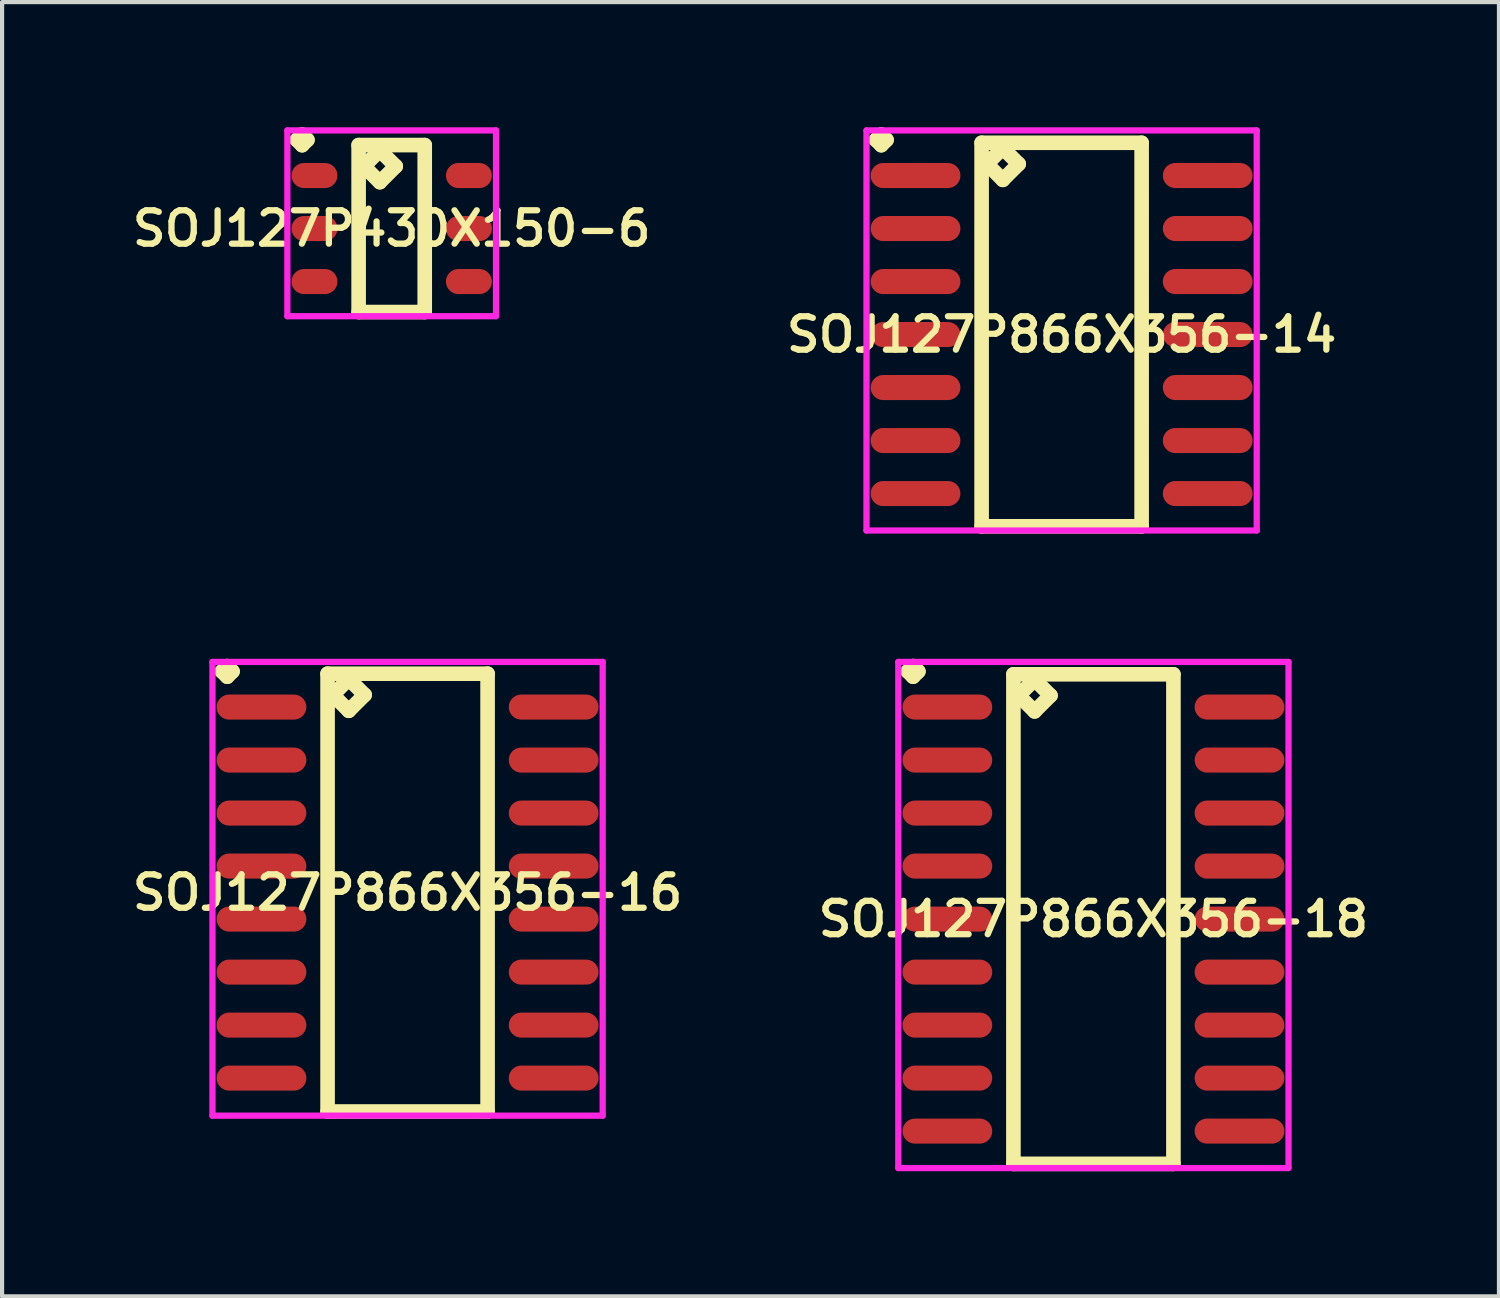
<source format=kicad_pcb>
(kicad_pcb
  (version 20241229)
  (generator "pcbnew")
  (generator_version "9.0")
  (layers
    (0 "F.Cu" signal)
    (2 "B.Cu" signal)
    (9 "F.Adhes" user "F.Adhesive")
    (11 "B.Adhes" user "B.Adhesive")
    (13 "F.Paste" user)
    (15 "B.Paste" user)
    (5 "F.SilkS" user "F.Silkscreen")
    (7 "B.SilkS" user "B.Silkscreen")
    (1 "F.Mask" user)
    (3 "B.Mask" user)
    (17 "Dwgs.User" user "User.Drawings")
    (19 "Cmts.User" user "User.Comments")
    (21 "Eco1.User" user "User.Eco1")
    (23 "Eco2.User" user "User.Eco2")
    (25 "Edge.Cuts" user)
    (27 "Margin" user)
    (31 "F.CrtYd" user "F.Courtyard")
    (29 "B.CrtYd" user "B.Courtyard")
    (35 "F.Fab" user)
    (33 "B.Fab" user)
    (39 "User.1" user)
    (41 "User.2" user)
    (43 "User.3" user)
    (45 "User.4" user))
  (footprint "SOJ127P866X356-16"
    (layer "F.Cu")
    (at 6.716 18.337)
    (property "Reference" "SOJ127P866X356-16" (at 0 0 0) (layer "F.SilkS") (effects (font (size 0.8 0.8) (thickness 0.15))))
    (attr through_hole)
    (fp_line (start -4.448 -5.299) (end -4.321 -5.426) (stroke (width 0.35) (type solid)) (layer "F.SilkS"))
    (fp_line (start -4.321 -5.426) (end -4.194 -5.299) (stroke (width 0.35) (type solid)) (layer "F.SilkS"))
    (fp_line (start -4.321 -5.172) (end -4.448 -5.299) (stroke (width 0.35) (type solid)) (layer "F.SilkS"))
    (fp_line (start -4.194 -5.299) (end -4.321 -5.172) (stroke (width 0.35) (type solid)) (layer "F.SilkS"))
    (fp_line (start -1.917 -5.245) (end -1.917 5.245) (stroke (width 0.35) (type solid)) (layer "F.SilkS"))
    (fp_line (start -1.917 5.245) (end 1.917 5.245) (stroke (width 0.35) (type solid)) (layer "F.SilkS"))
    (fp_line (start -1.79 -4.737) (end -1.409 -5.118) (stroke (width 0.35) (type solid)) (layer "F.SilkS"))
    (fp_line (start -1.409 -5.118) (end -1.028 -4.737) (stroke (width 0.35) (type solid)) (layer "F.SilkS"))
    (fp_line (start -1.409 -4.356) (end -1.79 -4.737) (stroke (width 0.35) (type solid)) (layer "F.SilkS"))
    (fp_line (start -1.028 -4.737) (end -1.409 -4.356) (stroke (width 0.35) (type solid)) (layer "F.SilkS"))
    (fp_line (start 1.917 -5.245) (end -1.917 -5.245) (stroke (width 0.35) (type solid)) (layer "F.SilkS"))
    (fp_line (start 1.917 5.245) (end 1.917 -5.245) (stroke (width 0.35) (type solid)) (layer "F.SilkS"))
    (fp_line (start -4.675 -5.526) (end 4.675 -5.526) (stroke (width 0.15) (type solid)) (layer "F.CrtYd"))
    (fp_line (start -4.675 5.345) (end -4.675 -5.526) (stroke (width 0.15) (type solid)) (layer "F.CrtYd"))
    (fp_line (start 4.675 -5.526) (end 4.675 5.345) (stroke (width 0.15) (type solid)) (layer "F.CrtYd"))
    (fp_line (start 4.675 5.345) (end -4.675 5.345) (stroke (width 0.15) (type solid)) (layer "F.CrtYd"))
    (pad "1" smd oval (at -3.5 -4.445) (size 2.15 0.6) (layers "F.Cu" "F.Mask" "F.Paste"))
    (pad "2" smd oval (at -3.5 -3.175) (size 2.15 0.6) (layers "F.Cu" "F.Mask" "F.Paste"))
    (pad "3" smd oval (at -3.5 -1.905) (size 2.15 0.6) (layers "F.Cu" "F.Mask" "F.Paste"))
    (pad "4" smd oval (at -3.5 -0.635) (size 2.15 0.6) (layers "F.Cu" "F.Mask" "F.Paste"))
    (pad "5" smd oval (at -3.5 0.635) (size 2.15 0.6) (layers "F.Cu" "F.Mask" "F.Paste"))
    (pad "6" smd oval (at -3.5 1.905) (size 2.15 0.6) (layers "F.Cu" "F.Mask" "F.Paste"))
    (pad "7" smd oval (at -3.5 3.175) (size 2.15 0.6) (layers "F.Cu" "F.Mask" "F.Paste"))
    (pad "8" smd oval (at -3.5 4.445) (size 2.15 0.6) (layers "F.Cu" "F.Mask" "F.Paste"))
    (pad "9" smd oval (at 3.5 4.445) (size 2.15 0.6) (layers "F.Cu" "F.Mask" "F.Paste"))
    (pad "10" smd oval (at 3.5 3.175) (size 2.15 0.6) (layers "F.Cu" "F.Mask" "F.Paste"))
    (pad "11" smd oval (at 3.5 1.905) (size 2.15 0.6) (layers "F.Cu" "F.Mask" "F.Paste"))
    (pad "12" smd oval (at 3.5 0.635) (size 2.15 0.6) (layers "F.Cu" "F.Mask" "F.Paste"))
    (pad "13" smd oval (at 3.5 -0.635) (size 2.15 0.6) (layers "F.Cu" "F.Mask" "F.Paste"))
    (pad "14" smd oval (at 3.5 -1.905) (size 2.15 0.6) (layers "F.Cu" "F.Mask" "F.Paste"))
    (pad "15" smd oval (at 3.5 -3.175) (size 2.15 0.6) (layers "F.Cu" "F.Mask" "F.Paste"))
    (pad "16" smd oval (at 3.5 -4.445) (size 2.15 0.6) (layers "F.Cu" "F.Mask" "F.Paste")))
  (footprint "SOJ127P866X356-14"
    (layer "F.Cu")
    (at 22.387 4.966)
    (property "Reference" "SOJ127P866X356-14" (at 0 0 0) (layer "F.SilkS") (effects (font (size 0.8 0.8) (thickness 0.15))))
    (attr smd)
    (fp_line (start -4.448 -4.664) (end -4.321 -4.791) (stroke (width 0.35) (type solid)) (layer "F.SilkS"))
    (fp_line (start -4.321 -4.791) (end -4.194 -4.664) (stroke (width 0.35) (type solid)) (layer "F.SilkS"))
    (fp_line (start -4.321 -4.537) (end -4.448 -4.664) (stroke (width 0.35) (type solid)) (layer "F.SilkS"))
    (fp_line (start -4.194 -4.664) (end -4.321 -4.537) (stroke (width 0.35) (type solid)) (layer "F.SilkS"))
    (fp_line (start -1.917 -4.595) (end -1.917 4.595) (stroke (width 0.35) (type solid)) (layer "F.SilkS"))
    (fp_line (start -1.917 4.595) (end 1.917 4.595) (stroke (width 0.35) (type solid)) (layer "F.SilkS"))
    (fp_line (start -1.79 -4.087) (end -1.409 -4.468) (stroke (width 0.35) (type solid)) (layer "F.SilkS"))
    (fp_line (start -1.409 -4.468) (end -1.028 -4.087) (stroke (width 0.35) (type solid)) (layer "F.SilkS"))
    (fp_line (start -1.409 -3.706) (end -1.79 -4.087) (stroke (width 0.35) (type solid)) (layer "F.SilkS"))
    (fp_line (start -1.028 -4.087) (end -1.409 -3.706) (stroke (width 0.35) (type solid)) (layer "F.SilkS"))
    (fp_line (start 1.917 -4.595) (end -1.917 -4.595) (stroke (width 0.35) (type solid)) (layer "F.SilkS"))
    (fp_line (start 1.917 4.595) (end 1.917 -4.595) (stroke (width 0.35) (type solid)) (layer "F.SilkS"))
    (fp_line (start -4.675 -4.891) (end 4.675 -4.891) (stroke (width 0.15) (type solid)) (layer "F.CrtYd"))
    (fp_line (start -4.675 4.695) (end -4.675 -4.891) (stroke (width 0.15) (type solid)) (layer "F.CrtYd"))
    (fp_line (start 4.675 -4.891) (end 4.675 4.695) (stroke (width 0.15) (type solid)) (layer "F.CrtYd"))
    (fp_line (start 4.675 4.695) (end -4.675 4.695) (stroke (width 0.15) (type solid)) (layer "F.CrtYd"))
    (pad "1" smd oval (at -3.5 -3.81) (size 2.15 0.6) (layers "F.Cu" "F.Mask" "F.Paste"))
    (pad "2" smd oval (at -3.5 -2.54) (size 2.15 0.6) (layers "F.Cu" "F.Mask" "F.Paste"))
    (pad "3" smd oval (at -3.5 -1.27) (size 2.15 0.6) (layers "F.Cu" "F.Mask" "F.Paste"))
    (pad "4" smd oval (at -3.5 0) (size 2.15 0.6) (layers "F.Cu" "F.Mask" "F.Paste"))
    (pad "5" smd oval (at -3.5 1.27) (size 2.15 0.6) (layers "F.Cu" "F.Mask" "F.Paste"))
    (pad "6" smd oval (at -3.5 2.54) (size 2.15 0.6) (layers "F.Cu" "F.Mask" "F.Paste"))
    (pad "7" smd oval (at -3.5 3.81) (size 2.15 0.6) (layers "F.Cu" "F.Mask" "F.Paste"))
    (pad "8" smd oval (at 3.5 3.81) (size 2.15 0.6) (layers "F.Cu" "F.Mask" "F.Paste"))
    (pad "9" smd oval (at 3.5 2.54) (size 2.15 0.6) (layers "F.Cu" "F.Mask" "F.Paste"))
    (pad "10" smd oval (at 3.5 1.27) (size 2.15 0.6) (layers "F.Cu" "F.Mask" "F.Paste"))
    (pad "11" smd oval (at 3.5 0) (size 2.15 0.6) (layers "F.Cu" "F.Mask" "F.Paste"))
    (pad "12" smd oval (at 3.5 -1.27) (size 2.15 0.6) (layers "F.Cu" "F.Mask" "F.Paste"))
    (pad "13" smd oval (at 3.5 -2.54) (size 2.15 0.6) (layers "F.Cu" "F.Mask" "F.Paste"))
    (pad "14" smd oval (at 3.5 -3.81) (size 2.15 0.6) (layers "F.Cu" "F.Mask" "F.Paste")))
  (footprint "SOJ127P866X356-18"
    (layer "F.Cu")
    (at 23.149 18.972)
    (property "Reference" "SOJ127P866X356-18" (at 0 0 0) (layer "F.SilkS") (effects (font (size 0.8 0.8) (thickness 0.15))))
    (attr through_hole)
    (fp_line (start -4.448 -5.934) (end -4.321 -6.061) (stroke (width 0.35) (type solid)) (layer "F.SilkS"))
    (fp_line (start -4.321 -6.061) (end -4.194 -5.934) (stroke (width 0.35) (type solid)) (layer "F.SilkS"))
    (fp_line (start -4.321 -5.807) (end -4.448 -5.934) (stroke (width 0.35) (type solid)) (layer "F.SilkS"))
    (fp_line (start -4.194 -5.934) (end -4.321 -5.807) (stroke (width 0.35) (type solid)) (layer "F.SilkS"))
    (fp_line (start -1.917 -5.865) (end -1.917 5.865) (stroke (width 0.35) (type solid)) (layer "F.SilkS"))
    (fp_line (start -1.917 5.865) (end 1.917 5.865) (stroke (width 0.35) (type solid)) (layer "F.SilkS"))
    (fp_line (start -1.79 -5.357) (end -1.409 -5.738) (stroke (width 0.35) (type solid)) (layer "F.SilkS"))
    (fp_line (start -1.409 -5.738) (end -1.028 -5.357) (stroke (width 0.35) (type solid)) (layer "F.SilkS"))
    (fp_line (start -1.409 -4.976) (end -1.79 -5.357) (stroke (width 0.35) (type solid)) (layer "F.SilkS"))
    (fp_line (start -1.028 -5.357) (end -1.409 -4.976) (stroke (width 0.35) (type solid)) (layer "F.SilkS"))
    (fp_line (start 1.917 -5.865) (end -1.917 -5.865) (stroke (width 0.35) (type solid)) (layer "F.SilkS"))
    (fp_line (start 1.917 5.865) (end 1.917 -5.865) (stroke (width 0.35) (type solid)) (layer "F.SilkS"))
    (fp_line (start -4.675 -6.161) (end 4.675 -6.161) (stroke (width 0.15) (type solid)) (layer "F.CrtYd"))
    (fp_line (start -4.675 5.965) (end -4.675 -6.161) (stroke (width 0.15) (type solid)) (layer "F.CrtYd"))
    (fp_line (start 4.675 -6.161) (end 4.675 5.965) (stroke (width 0.15) (type solid)) (layer "F.CrtYd"))
    (fp_line (start 4.675 5.965) (end -4.675 5.965) (stroke (width 0.15) (type solid)) (layer "F.CrtYd"))
    (pad "1" smd oval (at -3.5 -5.08) (size 2.15 0.6) (layers "F.Cu" "F.Mask" "F.Paste"))
    (pad "2" smd oval (at -3.5 -3.81) (size 2.15 0.6) (layers "F.Cu" "F.Mask" "F.Paste"))
    (pad "3" smd oval (at -3.5 -2.54) (size 2.15 0.6) (layers "F.Cu" "F.Mask" "F.Paste"))
    (pad "4" smd oval (at -3.5 -1.27) (size 2.15 0.6) (layers "F.Cu" "F.Mask" "F.Paste"))
    (pad "5" smd oval (at -3.5 0) (size 2.15 0.6) (layers "F.Cu" "F.Mask" "F.Paste"))
    (pad "6" smd oval (at -3.5 1.27) (size 2.15 0.6) (layers "F.Cu" "F.Mask" "F.Paste"))
    (pad "7" smd oval (at -3.5 2.54) (size 2.15 0.6) (layers "F.Cu" "F.Mask" "F.Paste"))
    (pad "8" smd oval (at -3.5 3.81) (size 2.15 0.6) (layers "F.Cu" "F.Mask" "F.Paste"))
    (pad "9" smd oval (at -3.5 5.08) (size 2.15 0.6) (layers "F.Cu" "F.Mask" "F.Paste"))
    (pad "10" smd oval (at 3.5 5.08) (size 2.15 0.6) (layers "F.Cu" "F.Mask" "F.Paste"))
    (pad "11" smd oval (at 3.5 3.81) (size 2.15 0.6) (layers "F.Cu" "F.Mask" "F.Paste"))
    (pad "12" smd oval (at 3.5 2.54) (size 2.15 0.6) (layers "F.Cu" "F.Mask" "F.Paste"))
    (pad "13" smd oval (at 3.5 1.27) (size 2.15 0.6) (layers "F.Cu" "F.Mask" "F.Paste"))
    (pad "14" smd oval (at 3.5 0) (size 2.15 0.6) (layers "F.Cu" "F.Mask" "F.Paste"))
    (pad "15" smd oval (at 3.5 -1.27) (size 2.15 0.6) (layers "F.Cu" "F.Mask" "F.Paste"))
    (pad "16" smd oval (at 3.5 -2.54) (size 2.15 0.6) (layers "F.Cu" "F.Mask" "F.Paste"))
    (pad "17" smd oval (at 3.5 -3.81) (size 2.15 0.6) (layers "F.Cu" "F.Mask" "F.Paste"))
    (pad "18" smd oval (at 3.5 -5.08) (size 2.15 0.6) (layers "F.Cu" "F.Mask" "F.Paste")))
  (footprint "SOJ127P430X150-6"
    (layer "F.Cu")
    (at 6.335 2.426)
    (property "Reference" "SOJ127P430X150-6" (at 0 0 0) (layer "F.SilkS") (effects (font (size 0.8 0.8) (thickness 0.15))))
    (attr smd)
    (fp_line (start -2.273 -2.124) (end -2.146 -2.251) (stroke (width 0.35) (type solid)) (layer "F.SilkS"))
    (fp_line (start -2.146 -2.251) (end -2.019 -2.124) (stroke (width 0.35) (type solid)) (layer "F.SilkS"))
    (fp_line (start -2.146 -1.997) (end -2.273 -2.124) (stroke (width 0.35) (type solid)) (layer "F.SilkS"))
    (fp_line (start -2.019 -2.124) (end -2.146 -1.997) (stroke (width 0.35) (type solid)) (layer "F.SilkS"))
    (fp_line (start -0.792 -2) (end -0.792 2) (stroke (width 0.35) (type solid)) (layer "F.SilkS"))
    (fp_line (start -0.792 2) (end 0.792 2) (stroke (width 0.35) (type solid)) (layer "F.SilkS"))
    (fp_line (start -0.665 -1.492) (end -0.284 -1.873) (stroke (width 0.35) (type solid)) (layer "F.SilkS"))
    (fp_line (start -0.284 -1.873) (end 0.097 -1.492) (stroke (width 0.35) (type solid)) (layer "F.SilkS"))
    (fp_line (start -0.284 -1.111) (end -0.665 -1.492) (stroke (width 0.35) (type solid)) (layer "F.SilkS"))
    (fp_line (start 0.097 -1.492) (end -0.284 -1.111) (stroke (width 0.35) (type solid)) (layer "F.SilkS"))
    (fp_line (start 0.792 -2) (end -0.792 -2) (stroke (width 0.35) (type solid)) (layer "F.SilkS"))
    (fp_line (start 0.792 2) (end 0.792 -2) (stroke (width 0.35) (type solid)) (layer "F.SilkS"))
    (fp_line (start -2.5 -2.351) (end 2.5 -2.351) (stroke (width 0.15) (type solid)) (layer "F.CrtYd"))
    (fp_line (start -2.5 2.1) (end -2.5 -2.351) (stroke (width 0.15) (type solid)) (layer "F.CrtYd"))
    (fp_line (start 2.5 -2.351) (end 2.5 2.1) (stroke (width 0.15) (type solid)) (layer "F.CrtYd"))
    (fp_line (start 2.5 2.1) (end -2.5 2.1) (stroke (width 0.15) (type solid)) (layer "F.CrtYd"))
    (pad "1" smd oval (at -1.85 -1.27) (size 1.1 0.6) (layers "F.Cu" "F.Mask" "F.Paste"))
    (pad "2" smd oval (at -1.85 0) (size 1.1 0.6) (layers "F.Cu" "F.Mask" "F.Paste"))
    (pad "3" smd oval (at -1.85 1.27) (size 1.1 0.6) (layers "F.Cu" "F.Mask" "F.Paste"))
    (pad "4" smd oval (at 1.85 1.27) (size 1.1 0.6) (layers "F.Cu" "F.Mask" "F.Paste"))
    (pad "5" smd oval (at 1.85 0) (size 1.1 0.6) (layers "F.Cu" "F.Mask" "F.Paste"))
    (pad "6" smd oval (at 1.85 -1.27) (size 1.1 0.6) (layers "F.Cu" "F.Mask" "F.Paste")))
  (gr_rect
    (start -3 -3)
    (end 32.866 28.012)
    (stroke (width 0.1) (type default))
    (fill no)
    (layer "Edge.Cuts")))
</source>
